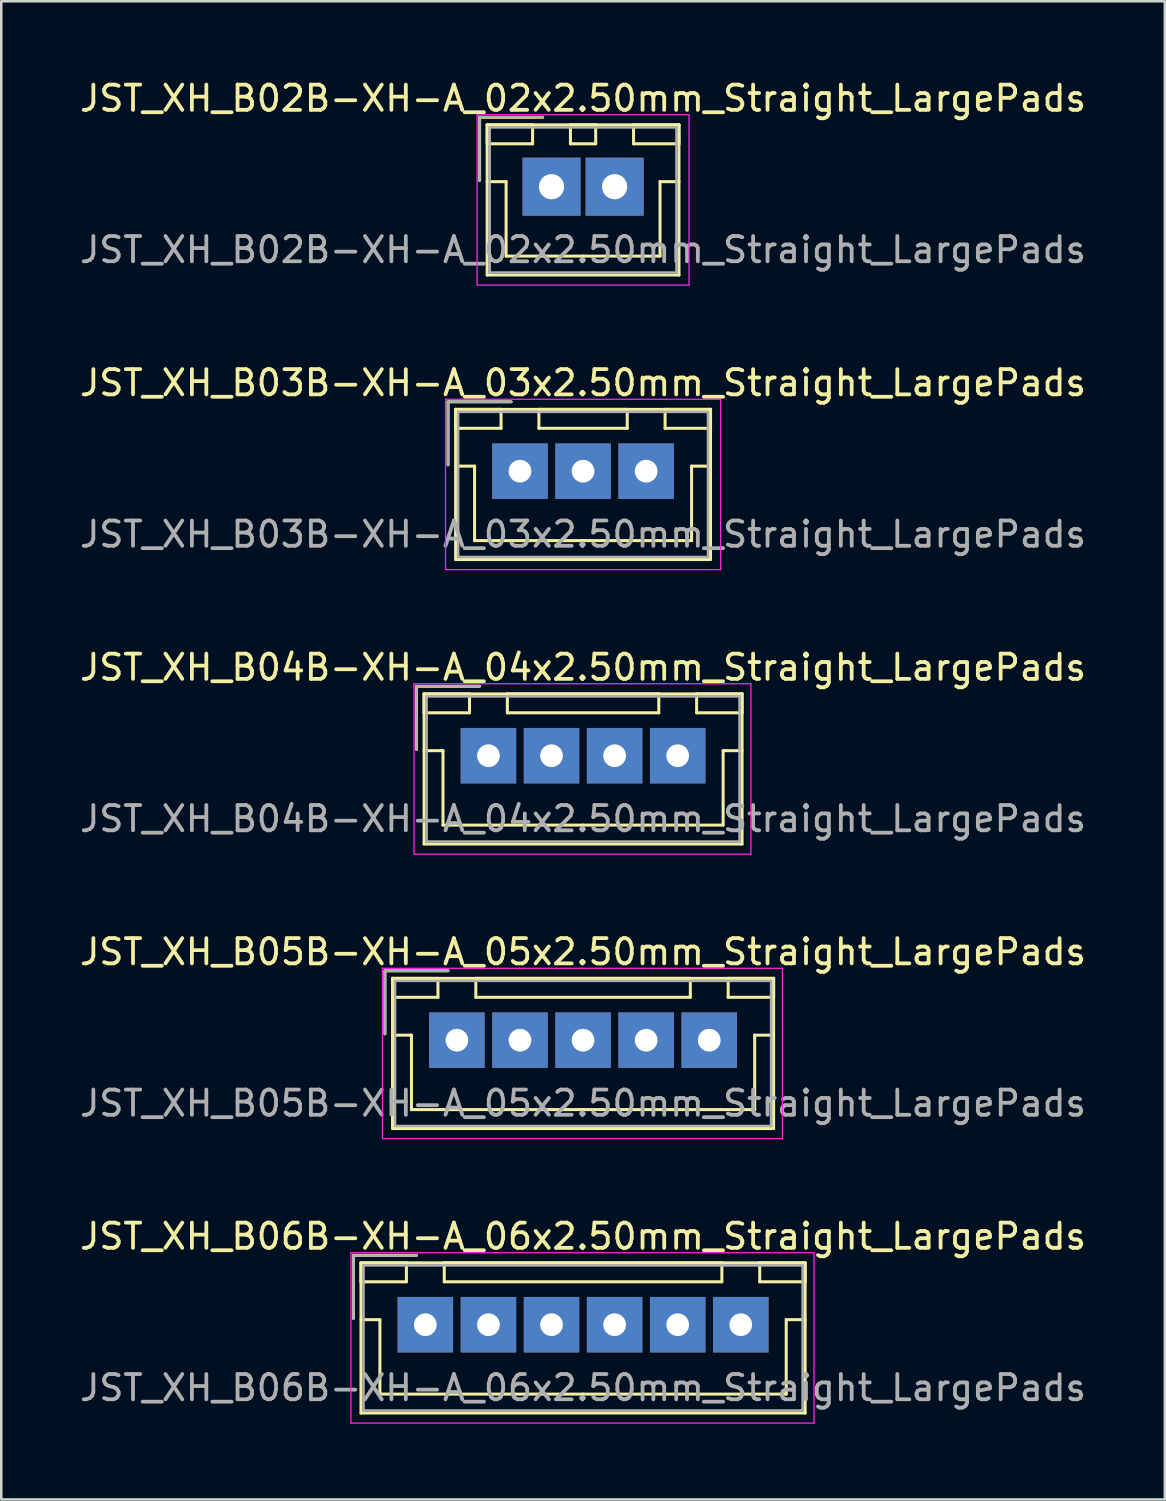
<source format=kicad_pcb>
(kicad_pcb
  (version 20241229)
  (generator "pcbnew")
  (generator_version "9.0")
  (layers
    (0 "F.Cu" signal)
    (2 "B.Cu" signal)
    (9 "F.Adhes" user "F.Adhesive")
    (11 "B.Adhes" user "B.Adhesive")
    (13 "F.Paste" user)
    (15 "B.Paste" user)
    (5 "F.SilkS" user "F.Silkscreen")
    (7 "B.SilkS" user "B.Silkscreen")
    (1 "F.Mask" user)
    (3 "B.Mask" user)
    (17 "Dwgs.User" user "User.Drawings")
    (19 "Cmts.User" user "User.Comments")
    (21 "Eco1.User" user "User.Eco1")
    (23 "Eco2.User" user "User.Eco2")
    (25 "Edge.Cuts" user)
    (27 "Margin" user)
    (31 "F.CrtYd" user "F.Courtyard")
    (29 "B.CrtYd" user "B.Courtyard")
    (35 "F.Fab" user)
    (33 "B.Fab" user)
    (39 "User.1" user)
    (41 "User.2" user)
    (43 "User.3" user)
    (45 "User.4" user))
  (footprint "JST_XH_B04B-XH-A_04x2.50mm_Straight_LargePads"
    (layer "F.Cu")
    (at 16.304 26.895)
    (property "Reference" "JST_XH_B04B-XH-A_04x2.50mm_Straight_LargePads" (at 3.75 -3.5 0) (layer "F.SilkS") (effects (font (size 1 1) (thickness 0.15))))
    (attr through_hole)
    (fp_line (start -2.85 -2.75) (end -2.85 -0.25) (stroke (width 0.12) (type solid)) (layer "F.SilkS"))
    (fp_line (start -2.55 -2.45) (end -2.55 -1.7) (stroke (width 0.12) (type solid)) (layer "F.SilkS"))
    (fp_line (start -2.55 -2.45) (end -2.55 3.5) (stroke (width 0.12) (type solid)) (layer "F.SilkS"))
    (fp_line (start -2.55 -1.7) (end -0.75 -1.7) (stroke (width 0.12) (type solid)) (layer "F.SilkS"))
    (fp_line (start -2.55 -0.2) (end -1.8 -0.2) (stroke (width 0.12) (type solid)) (layer "F.SilkS"))
    (fp_line (start -2.55 3.5) (end 10.05 3.5) (stroke (width 0.12) (type solid)) (layer "F.SilkS"))
    (fp_line (start -1.8 -0.2) (end -1.8 2.75) (stroke (width 0.12) (type solid)) (layer "F.SilkS"))
    (fp_line (start -1.8 2.75) (end 3.75 2.75) (stroke (width 0.12) (type solid)) (layer "F.SilkS"))
    (fp_line (start -0.75 -2.45) (end -2.55 -2.45) (stroke (width 0.12) (type solid)) (layer "F.SilkS"))
    (fp_line (start -0.75 -1.7) (end -0.75 -2.45) (stroke (width 0.12) (type solid)) (layer "F.SilkS"))
    (fp_line (start -0.35 -2.75) (end -2.85 -2.75) (stroke (width 0.12) (type solid)) (layer "F.SilkS"))
    (fp_line (start 0.75 -2.45) (end 0.75 -1.7) (stroke (width 0.12) (type solid)) (layer "F.SilkS"))
    (fp_line (start 0.75 -1.7) (end 6.75 -1.7) (stroke (width 0.12) (type solid)) (layer "F.SilkS"))
    (fp_line (start 6.75 -2.45) (end 0.75 -2.45) (stroke (width 0.12) (type solid)) (layer "F.SilkS"))
    (fp_line (start 6.75 -1.7) (end 6.75 -2.45) (stroke (width 0.12) (type solid)) (layer "F.SilkS"))
    (fp_line (start 8.25 -2.45) (end 8.25 -1.7) (stroke (width 0.12) (type solid)) (layer "F.SilkS"))
    (fp_line (start 8.25 -1.7) (end 10.05 -1.7) (stroke (width 0.12) (type solid)) (layer "F.SilkS"))
    (fp_line (start 9.3 -0.2) (end 9.3 2.75) (stroke (width 0.12) (type solid)) (layer "F.SilkS"))
    (fp_line (start 9.3 2.75) (end 3.75 2.75) (stroke (width 0.12) (type solid)) (layer "F.SilkS"))
    (fp_line (start 10.05 -2.45) (end -2.55 -2.45) (stroke (width 0.12) (type solid)) (layer "F.SilkS"))
    (fp_line (start 10.05 -2.45) (end 8.25 -2.45) (stroke (width 0.12) (type solid)) (layer "F.SilkS"))
    (fp_line (start 10.05 -1.7) (end 10.05 -2.45) (stroke (width 0.12) (type solid)) (layer "F.SilkS"))
    (fp_line (start 10.05 -0.2) (end 9.3 -0.2) (stroke (width 0.12) (type solid)) (layer "F.SilkS"))
    (fp_line (start 10.05 3.5) (end 10.05 -2.45) (stroke (width 0.12) (type solid)) (layer "F.SilkS"))
    (fp_line (start -2.95 -2.85) (end -2.95 3.9) (stroke (width 0.05) (type solid)) (layer "F.CrtYd"))
    (fp_line (start -2.95 3.9) (end 10.4 3.9) (stroke (width 0.05) (type solid)) (layer "F.CrtYd"))
    (fp_line (start 10.4 -2.85) (end -2.95 -2.85) (stroke (width 0.05) (type solid)) (layer "F.CrtYd"))
    (fp_line (start 10.4 3.9) (end 10.4 -2.85) (stroke (width 0.05) (type solid)) (layer "F.CrtYd"))
    (fp_line (start -2.85 -2.75) (end -2.85 -0.25) (stroke (width 0.1) (type solid)) (layer "F.Fab"))
    (fp_line (start -2.45 -2.35) (end -2.45 3.4) (stroke (width 0.1) (type solid)) (layer "F.Fab"))
    (fp_line (start -2.45 3.4) (end 9.95 3.4) (stroke (width 0.1) (type solid)) (layer "F.Fab"))
    (fp_line (start -0.35 -2.75) (end -2.85 -2.75) (stroke (width 0.1) (type solid)) (layer "F.Fab"))
    (fp_line (start 9.95 -2.35) (end -2.45 -2.35) (stroke (width 0.1) (type solid)) (layer "F.Fab"))
    (fp_line (start 9.95 3.4) (end 9.95 -2.35) (stroke (width 0.1) (type solid)) (layer "F.Fab"))
    (fp_text user "${REFERENCE}" (at 3.75 2.5 0) (layer "F.Fab") (effects (font (size 1 1) (thickness 0.15))))
    (pad "1" thru_hole rect (at 0 0) (size 2.2 2.2) (drill 0.9) (layers "*.Cu" "*.Mask"))
    (pad "2" thru_hole rect (at 2.5 0) (size 2.2 2.2) (drill 0.9) (layers "*.Cu" "*.Mask"))
    (pad "3" thru_hole rect (at 5 0) (size 2.2 2.2) (drill 0.9) (layers "*.Cu" "*.Mask"))
    (pad "4" thru_hole rect (at 7.5 0) (size 2.2 2.2) (drill 0.9) (layers "*.Cu" "*.Mask")))
  (footprint "JST_XH_B02B-XH-A_02x2.50mm_Straight_LargePads"
    (layer "F.Cu")
    (at 18.804 4.348)
    (property "Reference" "JST_XH_B02B-XH-A_02x2.50mm_Straight_LargePads" (at 1.25 -3.5 0) (layer "F.SilkS") (effects (font (size 1 1) (thickness 0.15))))
    (attr through_hole)
    (fp_line (start -2.85 -2.75) (end -2.85 -0.25) (stroke (width 0.12) (type solid)) (layer "F.SilkS"))
    (fp_line (start -2.55 -2.45) (end -2.55 -1.7) (stroke (width 0.12) (type solid)) (layer "F.SilkS"))
    (fp_line (start -2.55 -2.45) (end -2.55 3.5) (stroke (width 0.12) (type solid)) (layer "F.SilkS"))
    (fp_line (start -2.55 -1.7) (end -0.75 -1.7) (stroke (width 0.12) (type solid)) (layer "F.SilkS"))
    (fp_line (start -2.55 -0.2) (end -1.8 -0.2) (stroke (width 0.12) (type solid)) (layer "F.SilkS"))
    (fp_line (start -2.55 3.5) (end 5.05 3.5) (stroke (width 0.12) (type solid)) (layer "F.SilkS"))
    (fp_line (start -1.8 -0.2) (end -1.8 2.75) (stroke (width 0.12) (type solid)) (layer "F.SilkS"))
    (fp_line (start -1.8 2.75) (end 1.25 2.75) (stroke (width 0.12) (type solid)) (layer "F.SilkS"))
    (fp_line (start -0.75 -1.7) (end -0.75 -2.45) (stroke (width 0.12) (type solid)) (layer "F.SilkS"))
    (fp_line (start -0.75 -2.45) (end -2.55 -2.45) (stroke (width 0.12) (type solid)) (layer "F.SilkS"))
    (fp_line (start -0.35 -2.75) (end -2.85 -2.75) (stroke (width 0.12) (type solid)) (layer "F.SilkS"))
    (fp_line (start 0.75 -2.45) (end 0.75 -1.7) (stroke (width 0.12) (type solid)) (layer "F.SilkS"))
    (fp_line (start 0.75 -1.7) (end 1.75 -1.7) (stroke (width 0.12) (type solid)) (layer "F.SilkS"))
    (fp_line (start 1.75 -2.45) (end 0.75 -2.45) (stroke (width 0.12) (type solid)) (layer "F.SilkS"))
    (fp_line (start 1.75 -1.7) (end 1.75 -2.45) (stroke (width 0.12) (type solid)) (layer "F.SilkS"))
    (fp_line (start 3.25 -2.45) (end 3.25 -1.7) (stroke (width 0.12) (type solid)) (layer "F.SilkS"))
    (fp_line (start 3.25 -1.7) (end 5.05 -1.7) (stroke (width 0.12) (type solid)) (layer "F.SilkS"))
    (fp_line (start 4.3 -0.2) (end 4.3 2.75) (stroke (width 0.12) (type solid)) (layer "F.SilkS"))
    (fp_line (start 4.3 2.75) (end 1.25 2.75) (stroke (width 0.12) (type solid)) (layer "F.SilkS"))
    (fp_line (start 5.05 -2.45) (end -2.55 -2.45) (stroke (width 0.12) (type solid)) (layer "F.SilkS"))
    (fp_line (start 5.05 -2.45) (end 3.25 -2.45) (stroke (width 0.12) (type solid)) (layer "F.SilkS"))
    (fp_line (start 5.05 -1.7) (end 5.05 -2.45) (stroke (width 0.12) (type solid)) (layer "F.SilkS"))
    (fp_line (start 5.05 -0.2) (end 4.3 -0.2) (stroke (width 0.12) (type solid)) (layer "F.SilkS"))
    (fp_line (start 5.05 3.5) (end 5.05 -2.45) (stroke (width 0.12) (type solid)) (layer "F.SilkS"))
    (fp_line (start -2.95 -2.85) (end -2.95 3.9) (stroke (width 0.05) (type solid)) (layer "F.CrtYd"))
    (fp_line (start -2.95 3.9) (end 5.45 3.9) (stroke (width 0.05) (type solid)) (layer "F.CrtYd"))
    (fp_line (start 5.45 -2.85) (end -2.95 -2.85) (stroke (width 0.05) (type solid)) (layer "F.CrtYd"))
    (fp_line (start 5.45 3.9) (end 5.45 -2.85) (stroke (width 0.05) (type solid)) (layer "F.CrtYd"))
    (fp_line (start -2.85 -2.75) (end -2.85 -0.25) (stroke (width 0.1) (type solid)) (layer "F.Fab"))
    (fp_line (start -2.45 -2.35) (end -2.45 3.4) (stroke (width 0.1) (type solid)) (layer "F.Fab"))
    (fp_line (start -2.45 3.4) (end 4.95 3.4) (stroke (width 0.1) (type solid)) (layer "F.Fab"))
    (fp_line (start -0.35 -2.75) (end -2.85 -2.75) (stroke (width 0.1) (type solid)) (layer "F.Fab"))
    (fp_line (start 4.95 -2.35) (end -2.45 -2.35) (stroke (width 0.1) (type solid)) (layer "F.Fab"))
    (fp_line (start 4.95 3.4) (end 4.95 -2.35) (stroke (width 0.1) (type solid)) (layer "F.Fab"))
    (fp_text user "${REFERENCE}" (at 1.25 2.5 0) (layer "F.Fab") (effects (font (size 1 1) (thickness 0.15))))
    (pad "1" thru_hole rect (at 0 0) (size 2.3 2.3) (drill 1) (layers "*.Cu" "*.Mask"))
    (pad "2" thru_hole rect (at 2.5 0) (size 2.3 2.3) (drill 1) (layers "*.Cu" "*.Mask")))
  (footprint "JST_XH_B06B-XH-A_06x2.50mm_Straight_LargePads"
    (layer "F.Cu")
    (at 13.804 49.441)
    (property "Reference" "JST_XH_B06B-XH-A_06x2.50mm_Straight_LargePads" (at 6.25 -3.5 0) (layer "F.SilkS") (effects (font (size 1 1) (thickness 0.15))))
    (attr through_hole)
    (fp_line (start -2.85 -2.75) (end -2.85 -0.25) (stroke (width 0.12) (type solid)) (layer "F.SilkS"))
    (fp_line (start -2.55 -2.45) (end -2.55 -1.7) (stroke (width 0.12) (type solid)) (layer "F.SilkS"))
    (fp_line (start -2.55 -2.45) (end -2.55 3.5) (stroke (width 0.12) (type solid)) (layer "F.SilkS"))
    (fp_line (start -2.55 -1.7) (end -0.75 -1.7) (stroke (width 0.12) (type solid)) (layer "F.SilkS"))
    (fp_line (start -2.55 -0.2) (end -1.8 -0.2) (stroke (width 0.12) (type solid)) (layer "F.SilkS"))
    (fp_line (start -2.55 3.5) (end 15.05 3.5) (stroke (width 0.12) (type solid)) (layer "F.SilkS"))
    (fp_line (start -1.8 -0.2) (end -1.8 2.75) (stroke (width 0.12) (type solid)) (layer "F.SilkS"))
    (fp_line (start -1.8 2.75) (end 6.25 2.75) (stroke (width 0.12) (type solid)) (layer "F.SilkS"))
    (fp_line (start -0.75 -2.45) (end -2.55 -2.45) (stroke (width 0.12) (type solid)) (layer "F.SilkS"))
    (fp_line (start -0.75 -1.7) (end -0.75 -2.45) (stroke (width 0.12) (type solid)) (layer "F.SilkS"))
    (fp_line (start -0.35 -2.75) (end -2.85 -2.75) (stroke (width 0.12) (type solid)) (layer "F.SilkS"))
    (fp_line (start 0.75 -2.45) (end 0.75 -1.7) (stroke (width 0.12) (type solid)) (layer "F.SilkS"))
    (fp_line (start 0.75 -1.7) (end 11.75 -1.7) (stroke (width 0.12) (type solid)) (layer "F.SilkS"))
    (fp_line (start 11.75 -2.45) (end 0.75 -2.45) (stroke (width 0.12) (type solid)) (layer "F.SilkS"))
    (fp_line (start 11.75 -1.7) (end 11.75 -2.45) (stroke (width 0.12) (type solid)) (layer "F.SilkS"))
    (fp_line (start 13.25 -2.45) (end 13.25 -1.7) (stroke (width 0.12) (type solid)) (layer "F.SilkS"))
    (fp_line (start 13.25 -1.7) (end 15.05 -1.7) (stroke (width 0.12) (type solid)) (layer "F.SilkS"))
    (fp_line (start 14.3 -0.2) (end 14.3 2.75) (stroke (width 0.12) (type solid)) (layer "F.SilkS"))
    (fp_line (start 14.3 2.75) (end 6.25 2.75) (stroke (width 0.12) (type solid)) (layer "F.SilkS"))
    (fp_line (start 15.05 -2.45) (end -2.55 -2.45) (stroke (width 0.12) (type solid)) (layer "F.SilkS"))
    (fp_line (start 15.05 -2.45) (end 13.25 -2.45) (stroke (width 0.12) (type solid)) (layer "F.SilkS"))
    (fp_line (start 15.05 -1.7) (end 15.05 -2.45) (stroke (width 0.12) (type solid)) (layer "F.SilkS"))
    (fp_line (start 15.05 -0.2) (end 14.3 -0.2) (stroke (width 0.12) (type solid)) (layer "F.SilkS"))
    (fp_line (start 15.05 3.5) (end 15.05 -2.45) (stroke (width 0.12) (type solid)) (layer "F.SilkS"))
    (fp_line (start -2.95 -2.85) (end -2.95 3.9) (stroke (width 0.05) (type solid)) (layer "F.CrtYd"))
    (fp_line (start -2.95 3.9) (end 15.4 3.9) (stroke (width 0.05) (type solid)) (layer "F.CrtYd"))
    (fp_line (start 15.4 -2.85) (end -2.95 -2.85) (stroke (width 0.05) (type solid)) (layer "F.CrtYd"))
    (fp_line (start 15.4 3.9) (end 15.4 -2.85) (stroke (width 0.05) (type solid)) (layer "F.CrtYd"))
    (fp_line (start -2.85 -2.75) (end -2.85 -0.25) (stroke (width 0.1) (type solid)) (layer "F.Fab"))
    (fp_line (start -2.45 -2.35) (end -2.45 3.4) (stroke (width 0.1) (type solid)) (layer "F.Fab"))
    (fp_line (start -2.45 3.4) (end 14.95 3.4) (stroke (width 0.1) (type solid)) (layer "F.Fab"))
    (fp_line (start -0.35 -2.75) (end -2.85 -2.75) (stroke (width 0.1) (type solid)) (layer "F.Fab"))
    (fp_line (start 14.95 -2.35) (end -2.45 -2.35) (stroke (width 0.1) (type solid)) (layer "F.Fab"))
    (fp_line (start 14.95 3.4) (end 14.95 -2.35) (stroke (width 0.1) (type solid)) (layer "F.Fab"))
    (fp_text user "${REFERENCE}" (at 6.25 2.5 0) (layer "F.Fab") (effects (font (size 1 1) (thickness 0.15))))
    (pad "1" thru_hole rect (at 0 0) (size 2.2 2.2) (drill 0.9) (layers "*.Cu" "*.Mask"))
    (pad "2" thru_hole rect (at 2.5 0) (size 2.2 2.2) (drill 0.9) (layers "*.Cu" "*.Mask"))
    (pad "3" thru_hole rect (at 5 0) (size 2.2 2.2) (drill 0.9) (layers "*.Cu" "*.Mask"))
    (pad "4" thru_hole rect (at 7.5 0) (size 2.2 2.2) (drill 0.9) (layers "*.Cu" "*.Mask"))
    (pad "5" thru_hole rect (at 10 0) (size 2.2 2.2) (drill 0.9) (layers "*.Cu" "*.Mask"))
    (pad "6" thru_hole rect (at 12.5 0) (size 2.2 2.2) (drill 0.9) (layers "*.Cu" "*.Mask")))
  (footprint "JST_XH_B03B-XH-A_03x2.50mm_Straight_LargePads"
    (layer "F.Cu")
    (at 17.554 15.621)
    (property "Reference" "JST_XH_B03B-XH-A_03x2.50mm_Straight_LargePads" (at 2.5 -3.5 0) (layer "F.SilkS") (effects (font (size 1 1) (thickness 0.15))))
    (attr through_hole)
    (fp_line (start -2.85 -2.75) (end -2.85 -0.25) (stroke (width 0.12) (type solid)) (layer "F.SilkS"))
    (fp_line (start -2.55 -2.45) (end -2.55 -1.7) (stroke (width 0.12) (type solid)) (layer "F.SilkS"))
    (fp_line (start -2.55 -2.45) (end -2.55 3.5) (stroke (width 0.12) (type solid)) (layer "F.SilkS"))
    (fp_line (start -2.55 -1.7) (end -0.75 -1.7) (stroke (width 0.12) (type solid)) (layer "F.SilkS"))
    (fp_line (start -2.55 -0.2) (end -1.8 -0.2) (stroke (width 0.12) (type solid)) (layer "F.SilkS"))
    (fp_line (start -2.55 3.5) (end 7.55 3.5) (stroke (width 0.12) (type solid)) (layer "F.SilkS"))
    (fp_line (start -1.8 -0.2) (end -1.8 2.75) (stroke (width 0.12) (type solid)) (layer "F.SilkS"))
    (fp_line (start -1.8 2.75) (end 2.5 2.75) (stroke (width 0.12) (type solid)) (layer "F.SilkS"))
    (fp_line (start -0.75 -2.45) (end -2.55 -2.45) (stroke (width 0.12) (type solid)) (layer "F.SilkS"))
    (fp_line (start -0.75 -1.7) (end -0.75 -2.45) (stroke (width 0.12) (type solid)) (layer "F.SilkS"))
    (fp_line (start -0.35 -2.75) (end -2.85 -2.75) (stroke (width 0.12) (type solid)) (layer "F.SilkS"))
    (fp_line (start 0.75 -2.45) (end 0.75 -1.7) (stroke (width 0.12) (type solid)) (layer "F.SilkS"))
    (fp_line (start 0.75 -1.7) (end 4.25 -1.7) (stroke (width 0.12) (type solid)) (layer "F.SilkS"))
    (fp_line (start 4.25 -2.45) (end 0.75 -2.45) (stroke (width 0.12) (type solid)) (layer "F.SilkS"))
    (fp_line (start 4.25 -1.7) (end 4.25 -2.45) (stroke (width 0.12) (type solid)) (layer "F.SilkS"))
    (fp_line (start 5.75 -2.45) (end 5.75 -1.7) (stroke (width 0.12) (type solid)) (layer "F.SilkS"))
    (fp_line (start 5.75 -1.7) (end 7.55 -1.7) (stroke (width 0.12) (type solid)) (layer "F.SilkS"))
    (fp_line (start 6.8 -0.2) (end 6.8 2.75) (stroke (width 0.12) (type solid)) (layer "F.SilkS"))
    (fp_line (start 6.8 2.75) (end 2.5 2.75) (stroke (width 0.12) (type solid)) (layer "F.SilkS"))
    (fp_line (start 7.55 -2.45) (end -2.55 -2.45) (stroke (width 0.12) (type solid)) (layer "F.SilkS"))
    (fp_line (start 7.55 -2.45) (end 5.75 -2.45) (stroke (width 0.12) (type solid)) (layer "F.SilkS"))
    (fp_line (start 7.55 -1.7) (end 7.55 -2.45) (stroke (width 0.12) (type solid)) (layer "F.SilkS"))
    (fp_line (start 7.55 -0.2) (end 6.8 -0.2) (stroke (width 0.12) (type solid)) (layer "F.SilkS"))
    (fp_line (start 7.55 3.5) (end 7.55 -2.45) (stroke (width 0.12) (type solid)) (layer "F.SilkS"))
    (fp_line (start -2.95 -2.85) (end -2.95 3.9) (stroke (width 0.05) (type solid)) (layer "F.CrtYd"))
    (fp_line (start -2.95 3.9) (end 7.95 3.9) (stroke (width 0.05) (type solid)) (layer "F.CrtYd"))
    (fp_line (start 7.95 -2.85) (end -2.95 -2.85) (stroke (width 0.05) (type solid)) (layer "F.CrtYd"))
    (fp_line (start 7.95 3.9) (end 7.95 -2.85) (stroke (width 0.05) (type solid)) (layer "F.CrtYd"))
    (fp_line (start -2.85 -2.75) (end -2.85 -0.25) (stroke (width 0.1) (type solid)) (layer "F.Fab"))
    (fp_line (start -2.45 -2.35) (end -2.45 3.4) (stroke (width 0.1) (type solid)) (layer "F.Fab"))
    (fp_line (start -2.45 3.4) (end 7.45 3.4) (stroke (width 0.1) (type solid)) (layer "F.Fab"))
    (fp_line (start -0.35 -2.75) (end -2.85 -2.75) (stroke (width 0.1) (type solid)) (layer "F.Fab"))
    (fp_line (start 7.45 -2.35) (end -2.45 -2.35) (stroke (width 0.1) (type solid)) (layer "F.Fab"))
    (fp_line (start 7.45 3.4) (end 7.45 -2.35) (stroke (width 0.1) (type solid)) (layer "F.Fab"))
    (fp_text user "${REFERENCE}" (at 2.5 2.5 0) (layer "F.Fab") (effects (font (size 1 1) (thickness 0.15))))
    (pad "1" thru_hole rect (at 0 0) (size 2.2 2.2) (drill 0.9) (layers "*.Cu" "*.Mask"))
    (pad "2" thru_hole rect (at 2.5 0) (size 2.2 2.2) (drill 0.9) (layers "*.Cu" "*.Mask"))
    (pad "3" thru_hole rect (at 5 0) (size 2.2 2.2) (drill 0.9) (layers "*.Cu" "*.Mask")))
  (footprint "JST_XH_B05B-XH-A_05x2.50mm_Straight_LargePads"
    (layer "F.Cu")
    (at 15.054 38.168)
    (property "Reference" "JST_XH_B05B-XH-A_05x2.50mm_Straight_LargePads" (at 5 -3.5 0) (layer "F.SilkS") (effects (font (size 1 1) (thickness 0.15))))
    (attr through_hole)
    (fp_line (start -2.85 -2.75) (end -2.85 -0.25) (stroke (width 0.12) (type solid)) (layer "F.SilkS"))
    (fp_line (start -2.55 -2.45) (end -2.55 -1.7) (stroke (width 0.12) (type solid)) (layer "F.SilkS"))
    (fp_line (start -2.55 -2.45) (end -2.55 3.5) (stroke (width 0.12) (type solid)) (layer "F.SilkS"))
    (fp_line (start -2.55 -1.7) (end -0.75 -1.7) (stroke (width 0.12) (type solid)) (layer "F.SilkS"))
    (fp_line (start -2.55 -0.2) (end -1.8 -0.2) (stroke (width 0.12) (type solid)) (layer "F.SilkS"))
    (fp_line (start -2.55 3.5) (end 12.55 3.5) (stroke (width 0.12) (type solid)) (layer "F.SilkS"))
    (fp_line (start -1.8 -0.2) (end -1.8 2.75) (stroke (width 0.12) (type solid)) (layer "F.SilkS"))
    (fp_line (start -1.8 2.75) (end 5 2.75) (stroke (width 0.12) (type solid)) (layer "F.SilkS"))
    (fp_line (start -0.75 -2.45) (end -2.55 -2.45) (stroke (width 0.12) (type solid)) (layer "F.SilkS"))
    (fp_line (start -0.75 -1.7) (end -0.75 -2.45) (stroke (width 0.12) (type solid)) (layer "F.SilkS"))
    (fp_line (start -0.35 -2.75) (end -2.85 -2.75) (stroke (width 0.12) (type solid)) (layer "F.SilkS"))
    (fp_line (start 0.75 -2.45) (end 0.75 -1.7) (stroke (width 0.12) (type solid)) (layer "F.SilkS"))
    (fp_line (start 0.75 -1.7) (end 9.25 -1.7) (stroke (width 0.12) (type solid)) (layer "F.SilkS"))
    (fp_line (start 9.25 -2.45) (end 0.75 -2.45) (stroke (width 0.12) (type solid)) (layer "F.SilkS"))
    (fp_line (start 9.25 -1.7) (end 9.25 -2.45) (stroke (width 0.12) (type solid)) (layer "F.SilkS"))
    (fp_line (start 10.75 -2.45) (end 10.75 -1.7) (stroke (width 0.12) (type solid)) (layer "F.SilkS"))
    (fp_line (start 10.75 -1.7) (end 12.55 -1.7) (stroke (width 0.12) (type solid)) (layer "F.SilkS"))
    (fp_line (start 11.8 -0.2) (end 11.8 2.75) (stroke (width 0.12) (type solid)) (layer "F.SilkS"))
    (fp_line (start 11.8 2.75) (end 5 2.75) (stroke (width 0.12) (type solid)) (layer "F.SilkS"))
    (fp_line (start 12.55 -2.45) (end -2.55 -2.45) (stroke (width 0.12) (type solid)) (layer "F.SilkS"))
    (fp_line (start 12.55 -2.45) (end 10.75 -2.45) (stroke (width 0.12) (type solid)) (layer "F.SilkS"))
    (fp_line (start 12.55 -1.7) (end 12.55 -2.45) (stroke (width 0.12) (type solid)) (layer "F.SilkS"))
    (fp_line (start 12.55 -0.2) (end 11.8 -0.2) (stroke (width 0.12) (type solid)) (layer "F.SilkS"))
    (fp_line (start 12.55 3.5) (end 12.55 -2.45) (stroke (width 0.12) (type solid)) (layer "F.SilkS"))
    (fp_line (start -2.95 -2.85) (end -2.95 3.9) (stroke (width 0.05) (type solid)) (layer "F.CrtYd"))
    (fp_line (start -2.95 3.9) (end 12.9 3.9) (stroke (width 0.05) (type solid)) (layer "F.CrtYd"))
    (fp_line (start 12.9 -2.85) (end -2.95 -2.85) (stroke (width 0.05) (type solid)) (layer "F.CrtYd"))
    (fp_line (start 12.9 3.9) (end 12.9 -2.85) (stroke (width 0.05) (type solid)) (layer "F.CrtYd"))
    (fp_line (start -2.85 -2.75) (end -2.85 -0.25) (stroke (width 0.1) (type solid)) (layer "F.Fab"))
    (fp_line (start -2.45 -2.35) (end -2.45 3.4) (stroke (width 0.1) (type solid)) (layer "F.Fab"))
    (fp_line (start -2.45 3.4) (end 12.45 3.4) (stroke (width 0.1) (type solid)) (layer "F.Fab"))
    (fp_line (start -0.35 -2.75) (end -2.85 -2.75) (stroke (width 0.1) (type solid)) (layer "F.Fab"))
    (fp_line (start 12.45 -2.35) (end -2.45 -2.35) (stroke (width 0.1) (type solid)) (layer "F.Fab"))
    (fp_line (start 12.45 3.4) (end 12.45 -2.35) (stroke (width 0.1) (type solid)) (layer "F.Fab"))
    (fp_text user "${REFERENCE}" (at 5 2.5 0) (layer "F.Fab") (effects (font (size 1 1) (thickness 0.15))))
    (pad "1" thru_hole rect (at 0 0) (size 2.2 2.2) (drill 0.9) (layers "*.Cu" "*.Mask"))
    (pad "2" thru_hole rect (at 2.5 0) (size 2.2 2.2) (drill 0.9) (layers "*.Cu" "*.Mask"))
    (pad "3" thru_hole rect (at 5 0) (size 2.2 2.2) (drill 0.9) (layers "*.Cu" "*.Mask"))
    (pad "4" thru_hole rect (at 7.5 0) (size 2.2 2.2) (drill 0.9) (layers "*.Cu" "*.Mask"))
    (pad "5" thru_hole rect (at 10 0) (size 2.2 2.2) (drill 0.9) (layers "*.Cu" "*.Mask")))
  (gr_rect
    (start -3 -3)
    (end 43.107 56.366)
    (stroke (width 0.1) (type default))
    (fill no)
    (layer "Edge.Cuts")))
</source>
